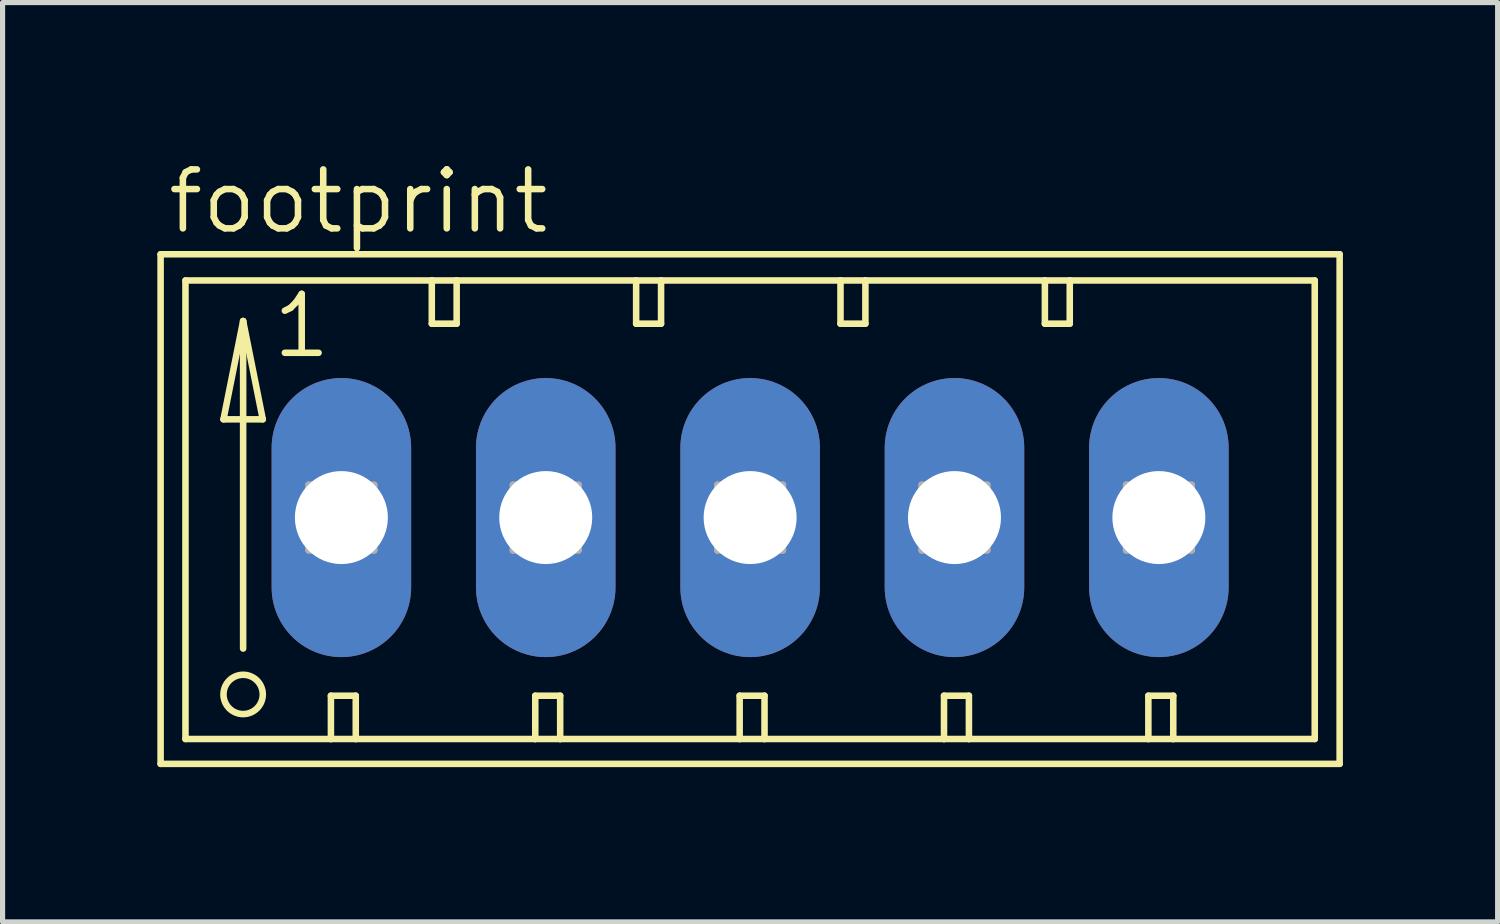
<source format=kicad_pcb>
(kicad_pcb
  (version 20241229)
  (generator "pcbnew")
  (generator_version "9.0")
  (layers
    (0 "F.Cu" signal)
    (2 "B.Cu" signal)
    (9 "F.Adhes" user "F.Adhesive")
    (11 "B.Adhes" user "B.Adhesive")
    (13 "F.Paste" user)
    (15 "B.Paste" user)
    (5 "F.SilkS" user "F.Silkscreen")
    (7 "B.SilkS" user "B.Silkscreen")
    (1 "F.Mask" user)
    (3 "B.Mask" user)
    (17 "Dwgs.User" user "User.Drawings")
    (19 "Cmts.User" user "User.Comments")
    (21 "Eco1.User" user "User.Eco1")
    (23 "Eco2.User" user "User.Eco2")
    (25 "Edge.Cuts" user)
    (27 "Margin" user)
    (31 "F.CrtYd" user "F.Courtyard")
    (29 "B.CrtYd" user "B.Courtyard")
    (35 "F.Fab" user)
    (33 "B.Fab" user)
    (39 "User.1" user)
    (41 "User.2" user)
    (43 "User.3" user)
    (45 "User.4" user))
  (footprint "footprint"
    (layer "F.Cu")
    (at 1.029 6.985)
    (property "Reference" "footprint" (at -0.889 -5.461 0) (layer "F.SilkS") (effects (font (size 1.143 1.143) (thickness 0.127)) (justify left bottom)))
    (fp_line (start -0.965 -5.105) (end -0.965 4.775) (stroke (width 0.127) (type solid)) (layer "F.SilkS"))
    (fp_line (start -0.965 4.775) (end 21.895 4.775) (stroke (width 0.127) (type solid)) (layer "F.SilkS"))
    (fp_line (start -0.483 -4.597) (end -0.483 4.293) (stroke (width 0.127) (type solid)) (layer "F.SilkS"))
    (fp_line (start -0.483 4.293) (end 2.337 4.293) (stroke (width 0.127) (type solid)) (layer "F.SilkS"))
    (fp_line (start 0.254 -1.905) (end 1.016 -1.905) (stroke (width 0.127) (type solid)) (layer "F.SilkS"))
    (fp_line (start 0.635 -3.81) (end 0.254 -1.905) (stroke (width 0.127) (type solid)) (layer "F.SilkS"))
    (fp_line (start 0.635 -3.81) (end 1.016 -1.905) (stroke (width 0.127) (type solid)) (layer "F.SilkS"))
    (fp_line (start 0.635 2.54) (end 0.635 -3.81) (stroke (width 0.127) (type solid)) (layer "F.SilkS"))
    (fp_line (start 2.337 3.454) (end 2.337 4.293) (stroke (width 0.127) (type solid)) (layer "F.SilkS"))
    (fp_line (start 2.337 3.454) (end 2.819 3.454) (stroke (width 0.127) (type solid)) (layer "F.SilkS"))
    (fp_line (start 2.337 4.293) (end 2.819 4.293) (stroke (width 0.127) (type solid)) (layer "F.SilkS"))
    (fp_line (start 2.819 3.454) (end 2.819 4.293) (stroke (width 0.127) (type solid)) (layer "F.SilkS"))
    (fp_line (start 2.819 4.293) (end 6.299 4.293) (stroke (width 0.127) (type solid)) (layer "F.SilkS"))
    (fp_line (start 4.293 -4.597) (end -0.483 -4.597) (stroke (width 0.127) (type solid)) (layer "F.SilkS"))
    (fp_line (start 4.293 -4.597) (end 4.293 -3.759) (stroke (width 0.127) (type solid)) (layer "F.SilkS"))
    (fp_line (start 4.293 -3.759) (end 4.775 -3.759) (stroke (width 0.127) (type solid)) (layer "F.SilkS"))
    (fp_line (start 4.775 -4.597) (end 4.293 -4.597) (stroke (width 0.127) (type solid)) (layer "F.SilkS"))
    (fp_line (start 4.775 -3.759) (end 4.775 -4.597) (stroke (width 0.127) (type solid)) (layer "F.SilkS"))
    (fp_line (start 6.299 3.454) (end 6.299 4.293) (stroke (width 0.127) (type solid)) (layer "F.SilkS"))
    (fp_line (start 6.299 3.454) (end 6.782 3.454) (stroke (width 0.127) (type solid)) (layer "F.SilkS"))
    (fp_line (start 6.299 4.293) (end 6.782 4.293) (stroke (width 0.127) (type solid)) (layer "F.SilkS"))
    (fp_line (start 6.782 3.454) (end 6.782 4.293) (stroke (width 0.127) (type solid)) (layer "F.SilkS"))
    (fp_line (start 6.782 4.293) (end 10.262 4.293) (stroke (width 0.127) (type solid)) (layer "F.SilkS"))
    (fp_line (start 8.255 -4.597) (end 4.775 -4.597) (stroke (width 0.127) (type solid)) (layer "F.SilkS"))
    (fp_line (start 8.255 -3.759) (end 8.255 -4.597) (stroke (width 0.127) (type solid)) (layer "F.SilkS"))
    (fp_line (start 8.255 -3.759) (end 8.738 -3.759) (stroke (width 0.127) (type solid)) (layer "F.SilkS"))
    (fp_line (start 8.738 -4.597) (end 8.255 -4.597) (stroke (width 0.127) (type solid)) (layer "F.SilkS"))
    (fp_line (start 8.738 -3.759) (end 8.738 -4.597) (stroke (width 0.127) (type solid)) (layer "F.SilkS"))
    (fp_line (start 10.262 3.454) (end 10.262 4.293) (stroke (width 0.127) (type solid)) (layer "F.SilkS"))
    (fp_line (start 10.262 3.454) (end 10.744 3.454) (stroke (width 0.127) (type solid)) (layer "F.SilkS"))
    (fp_line (start 10.262 4.293) (end 10.744 4.293) (stroke (width 0.127) (type solid)) (layer "F.SilkS"))
    (fp_line (start 10.744 3.454) (end 10.744 4.293) (stroke (width 0.127) (type solid)) (layer "F.SilkS"))
    (fp_line (start 10.744 4.293) (end 14.224 4.293) (stroke (width 0.127) (type solid)) (layer "F.SilkS"))
    (fp_line (start 12.217 -4.597) (end 8.738 -4.597) (stroke (width 0.127) (type solid)) (layer "F.SilkS"))
    (fp_line (start 12.217 -3.759) (end 12.217 -4.597) (stroke (width 0.127) (type solid)) (layer "F.SilkS"))
    (fp_line (start 12.217 -3.759) (end 12.7 -3.759) (stroke (width 0.127) (type solid)) (layer "F.SilkS"))
    (fp_line (start 12.7 -4.597) (end 12.217 -4.597) (stroke (width 0.127) (type solid)) (layer "F.SilkS"))
    (fp_line (start 12.7 -3.759) (end 12.7 -4.597) (stroke (width 0.127) (type solid)) (layer "F.SilkS"))
    (fp_line (start 14.224 3.454) (end 14.224 4.293) (stroke (width 0.127) (type solid)) (layer "F.SilkS"))
    (fp_line (start 14.224 3.454) (end 14.707 3.454) (stroke (width 0.127) (type solid)) (layer "F.SilkS"))
    (fp_line (start 14.224 4.293) (end 14.707 4.293) (stroke (width 0.127) (type solid)) (layer "F.SilkS"))
    (fp_line (start 14.707 3.454) (end 14.707 4.293) (stroke (width 0.127) (type solid)) (layer "F.SilkS"))
    (fp_line (start 14.707 4.293) (end 18.186 4.293) (stroke (width 0.127) (type solid)) (layer "F.SilkS"))
    (fp_line (start 16.18 -4.597) (end 12.7 -4.597) (stroke (width 0.127) (type solid)) (layer "F.SilkS"))
    (fp_line (start 16.18 -3.759) (end 16.18 -4.597) (stroke (width 0.127) (type solid)) (layer "F.SilkS"))
    (fp_line (start 16.18 -3.759) (end 16.662 -3.759) (stroke (width 0.127) (type solid)) (layer "F.SilkS"))
    (fp_line (start 16.662 -4.597) (end 16.18 -4.597) (stroke (width 0.127) (type solid)) (layer "F.SilkS"))
    (fp_line (start 16.662 -3.759) (end 16.662 -4.597) (stroke (width 0.127) (type solid)) (layer "F.SilkS"))
    (fp_line (start 18.186 3.454) (end 18.186 4.293) (stroke (width 0.127) (type solid)) (layer "F.SilkS"))
    (fp_line (start 18.186 3.454) (end 18.669 3.454) (stroke (width 0.127) (type solid)) (layer "F.SilkS"))
    (fp_line (start 18.186 4.293) (end 18.669 4.293) (stroke (width 0.127) (type solid)) (layer "F.SilkS"))
    (fp_line (start 18.669 3.454) (end 18.669 4.293) (stroke (width 0.127) (type solid)) (layer "F.SilkS"))
    (fp_line (start 18.669 4.293) (end 21.412 4.293) (stroke (width 0.127) (type solid)) (layer "F.SilkS"))
    (fp_line (start 21.412 -4.597) (end 16.662 -4.597) (stroke (width 0.127) (type solid)) (layer "F.SilkS"))
    (fp_line (start 21.412 4.293) (end 21.412 -4.597) (stroke (width 0.127) (type solid)) (layer "F.SilkS"))
    (fp_line (start 21.895 -5.105) (end -0.965 -5.105) (stroke (width 0.127) (type solid)) (layer "F.SilkS"))
    (fp_line (start 21.895 4.775) (end 21.895 -5.105) (stroke (width 0.127) (type solid)) (layer "F.SilkS"))
    (fp_circle (center 0.635 3.429) (end 1.016 3.429) (stroke (width 0.127) (type solid)) (fill no) (layer "F.SilkS"))
    (fp_line (start 1.905 -0.635) (end 1.905 0.635) (stroke (width 0.127) (type solid)) (layer "F.Fab"))
    (fp_line (start 1.905 -0.635) (end 3.175 0.635) (stroke (width 0.127) (type solid)) (layer "F.Fab"))
    (fp_line (start 1.905 0.635) (end 3.175 0.635) (stroke (width 0.127) (type solid)) (layer "F.Fab"))
    (fp_line (start 3.175 -0.635) (end 1.905 -0.635) (stroke (width 0.127) (type solid)) (layer "F.Fab"))
    (fp_line (start 3.175 -0.635) (end 1.905 0.635) (stroke (width 0.127) (type solid)) (layer "F.Fab"))
    (fp_line (start 3.175 0.635) (end 3.175 -0.635) (stroke (width 0.127) (type solid)) (layer "F.Fab"))
    (fp_line (start 5.867 -0.635) (end 5.867 0.635) (stroke (width 0.127) (type solid)) (layer "F.Fab"))
    (fp_line (start 5.867 -0.635) (end 7.137 0.635) (stroke (width 0.127) (type solid)) (layer "F.Fab"))
    (fp_line (start 5.867 0.635) (end 7.137 0.635) (stroke (width 0.127) (type solid)) (layer "F.Fab"))
    (fp_line (start 7.137 -0.635) (end 5.867 -0.635) (stroke (width 0.127) (type solid)) (layer "F.Fab"))
    (fp_line (start 7.137 -0.635) (end 5.867 0.635) (stroke (width 0.127) (type solid)) (layer "F.Fab"))
    (fp_line (start 7.137 0.635) (end 7.137 -0.635) (stroke (width 0.127) (type solid)) (layer "F.Fab"))
    (fp_line (start 9.83 -0.635) (end 9.83 0.635) (stroke (width 0.127) (type solid)) (layer "F.Fab"))
    (fp_line (start 9.83 -0.635) (end 11.1 0.635) (stroke (width 0.127) (type solid)) (layer "F.Fab"))
    (fp_line (start 9.83 0.635) (end 11.1 0.635) (stroke (width 0.127) (type solid)) (layer "F.Fab"))
    (fp_line (start 11.1 -0.635) (end 9.83 -0.635) (stroke (width 0.127) (type solid)) (layer "F.Fab"))
    (fp_line (start 11.1 -0.635) (end 9.83 0.635) (stroke (width 0.127) (type solid)) (layer "F.Fab"))
    (fp_line (start 11.1 0.635) (end 11.1 -0.635) (stroke (width 0.127) (type solid)) (layer "F.Fab"))
    (fp_line (start 13.792 -0.635) (end 13.792 0.635) (stroke (width 0.127) (type solid)) (layer "F.Fab"))
    (fp_line (start 13.792 -0.635) (end 15.062 0.635) (stroke (width 0.127) (type solid)) (layer "F.Fab"))
    (fp_line (start 13.792 0.635) (end 15.062 0.635) (stroke (width 0.127) (type solid)) (layer "F.Fab"))
    (fp_line (start 15.062 -0.635) (end 13.792 -0.635) (stroke (width 0.127) (type solid)) (layer "F.Fab"))
    (fp_line (start 15.062 -0.635) (end 13.792 0.635) (stroke (width 0.127) (type solid)) (layer "F.Fab"))
    (fp_line (start 15.062 0.635) (end 15.062 -0.635) (stroke (width 0.127) (type solid)) (layer "F.Fab"))
    (fp_line (start 17.755 -0.635) (end 17.755 0.635) (stroke (width 0.127) (type solid)) (layer "F.Fab"))
    (fp_line (start 17.755 -0.635) (end 19.025 0.635) (stroke (width 0.127) (type solid)) (layer "F.Fab"))
    (fp_line (start 17.755 0.635) (end 19.025 0.635) (stroke (width 0.127) (type solid)) (layer "F.Fab"))
    (fp_line (start 19.025 -0.635) (end 17.755 -0.635) (stroke (width 0.127) (type solid)) (layer "F.Fab"))
    (fp_line (start 19.025 -0.635) (end 17.755 0.635) (stroke (width 0.127) (type solid)) (layer "F.Fab"))
    (fp_line (start 19.025 0.635) (end 19.025 -0.635) (stroke (width 0.127) (type solid)) (layer "F.Fab"))
    (fp_text user "1" (at 1.143 -3.048 0) (layer "F.SilkS") (effects (font (size 1.143 1.143) (thickness 0.127)) (justify left bottom)))
    (pad "1" thru_hole oval (at 2.54 0 90) (size 5.41 2.705) (drill 1.803) (layers "*.Cu" "*.Mask"))
    (pad "2" thru_hole oval (at 6.502 0 90) (size 5.41 2.705) (drill 1.803) (layers "*.Cu" "*.Mask"))
    (pad "3" thru_hole oval (at 10.465 0 90) (size 5.41 2.705) (drill 1.803) (layers "*.Cu" "*.Mask"))
    (pad "4" thru_hole oval (at 14.427 0 90) (size 5.41 2.705) (drill 1.803) (layers "*.Cu" "*.Mask"))
    (pad "5" thru_hole oval (at 18.39 0 90) (size 5.41 2.705) (drill 1.803) (layers "*.Cu" "*.Mask")))
  (gr_rect
    (start -3 -3)
    (end 25.987 14.824)
    (stroke (width 0.1) (type default))
    (fill no)
    (layer "Edge.Cuts")))
</source>
